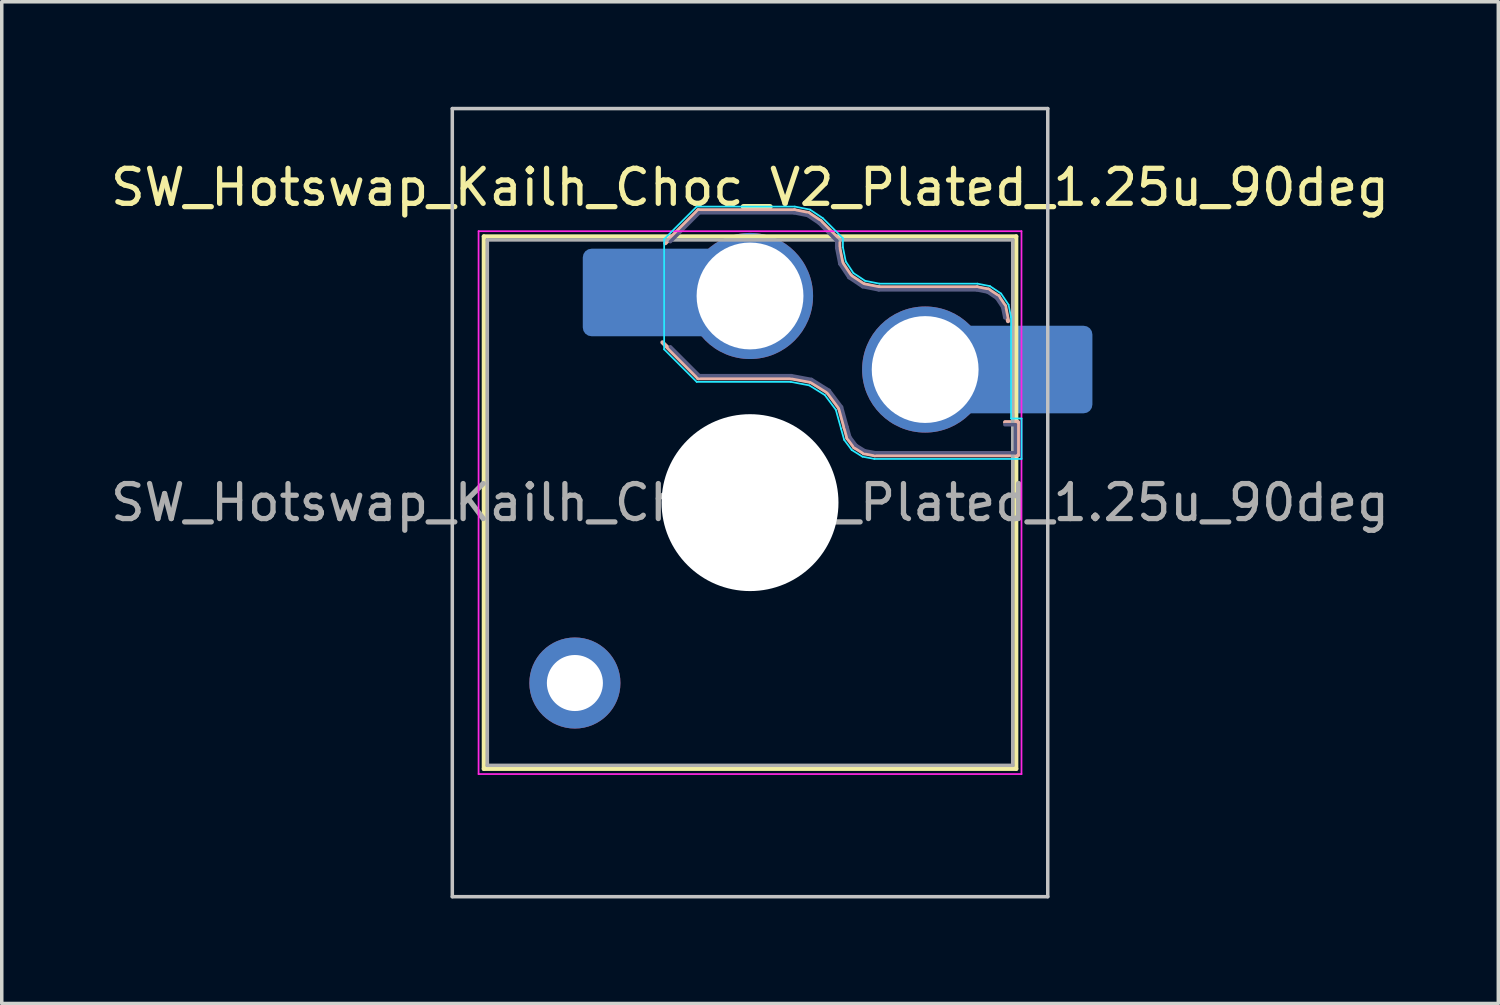
<source format=kicad_pcb>
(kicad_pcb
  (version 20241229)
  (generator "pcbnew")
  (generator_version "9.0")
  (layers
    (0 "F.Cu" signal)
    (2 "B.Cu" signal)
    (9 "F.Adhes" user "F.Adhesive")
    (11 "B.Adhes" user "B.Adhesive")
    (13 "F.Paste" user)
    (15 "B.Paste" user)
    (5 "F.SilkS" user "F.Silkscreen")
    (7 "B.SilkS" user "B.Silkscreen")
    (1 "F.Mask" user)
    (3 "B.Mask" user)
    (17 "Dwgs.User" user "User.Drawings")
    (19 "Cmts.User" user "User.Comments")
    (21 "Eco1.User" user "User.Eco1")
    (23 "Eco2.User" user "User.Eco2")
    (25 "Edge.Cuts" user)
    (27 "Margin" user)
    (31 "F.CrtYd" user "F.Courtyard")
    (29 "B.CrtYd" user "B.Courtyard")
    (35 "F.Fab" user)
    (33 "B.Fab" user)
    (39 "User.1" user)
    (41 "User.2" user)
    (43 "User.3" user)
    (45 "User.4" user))
  (footprint "SW_Hotswap_Kailh_Choc_V2_Plated_1.25u_90deg"
    (layer "F.Cu")
    (at 18.363 11.3)
    (property "Reference" "SW_Hotswap_Kailh_Choc_V2_Plated_1.25u_90deg" (at 0 -9 0) (layer "F.SilkS") (effects (font (size 1 1) (thickness 0.15))))
    (attr smd)
    (fp_line (start -7.6 -7.6) (end -7.6 7.6) (stroke (width 0.12) (type solid)) (layer "F.SilkS"))
    (fp_line (start -7.6 7.6) (end 7.6 7.6) (stroke (width 0.12) (type solid)) (layer "F.SilkS"))
    (fp_line (start 7.6 -7.6) (end -7.6 -7.6) (stroke (width 0.12) (type solid)) (layer "F.SilkS"))
    (fp_line (start 7.6 7.6) (end 7.6 -7.6) (stroke (width 0.12) (type solid)) (layer "F.SilkS"))
    (fp_line (start -2.416 -7.409) (end -1.479 -8.346) (stroke (width 0.12) (type solid)) (layer "B.SilkS"))
    (fp_line (start -1.479 -8.346) (end 1.268 -8.346) (stroke (width 0.12) (type solid)) (layer "B.SilkS"))
    (fp_line (start -1.479 -3.554) (end -2.5 -4.575) (stroke (width 0.12) (type solid)) (layer "B.SilkS"))
    (fp_line (start 1.168 -3.554) (end -1.479 -3.554) (stroke (width 0.12) (type solid)) (layer "B.SilkS"))
    (fp_line (start 1.268 -8.346) (end 1.671 -8.266) (stroke (width 0.12) (type solid)) (layer "B.SilkS"))
    (fp_line (start 1.671 -8.266) (end 2.013 -8.037) (stroke (width 0.12) (type solid)) (layer "B.SilkS"))
    (fp_line (start 1.73 -3.449) (end 1.168 -3.554) (stroke (width 0.12) (type solid)) (layer "B.SilkS"))
    (fp_line (start 2.013 -8.037) (end 2.546 -7.504) (stroke (width 0.12) (type solid)) (layer "B.SilkS"))
    (fp_line (start 2.209 -3.15) (end 1.73 -3.449) (stroke (width 0.12) (type solid)) (layer "B.SilkS"))
    (fp_line (start 2.546 -7.504) (end 2.546 -7.282) (stroke (width 0.12) (type solid)) (layer "B.SilkS"))
    (fp_line (start 2.546 -7.282) (end 2.633 -6.844) (stroke (width 0.12) (type solid)) (layer "B.SilkS"))
    (fp_line (start 2.547 -2.697) (end 2.209 -3.15) (stroke (width 0.12) (type solid)) (layer "B.SilkS"))
    (fp_line (start 2.633 -6.844) (end 2.877 -6.477) (stroke (width 0.12) (type solid)) (layer "B.SilkS"))
    (fp_line (start 2.701 -2.139) (end 2.547 -2.697) (stroke (width 0.12) (type solid)) (layer "B.SilkS"))
    (fp_line (start 2.783 -1.841) (end 2.701 -2.139) (stroke (width 0.12) (type solid)) (layer "B.SilkS"))
    (fp_line (start 2.877 -6.477) (end 3.244 -6.233) (stroke (width 0.12) (type solid)) (layer "B.SilkS"))
    (fp_line (start 2.976 -1.583) (end 2.783 -1.841) (stroke (width 0.12) (type solid)) (layer "B.SilkS"))
    (fp_line (start 3.244 -6.233) (end 3.682 -6.146) (stroke (width 0.12) (type solid)) (layer "B.SilkS"))
    (fp_line (start 3.25 -1.413) (end 2.976 -1.583) (stroke (width 0.12) (type solid)) (layer "B.SilkS"))
    (fp_line (start 3.56 -1.354) (end 3.25 -1.413) (stroke (width 0.12) (type solid)) (layer "B.SilkS"))
    (fp_line (start 3.682 -6.146) (end 6.482 -6.146) (stroke (width 0.12) (type solid)) (layer "B.SilkS"))
    (fp_line (start 6.482 -6.146) (end 6.809 -6.081) (stroke (width 0.12) (type solid)) (layer "B.SilkS"))
    (fp_line (start 6.809 -6.081) (end 7.092 -5.892) (stroke (width 0.12) (type solid)) (layer "B.SilkS"))
    (fp_line (start 7.092 -5.892) (end 7.281 -5.609) (stroke (width 0.12) (type solid)) (layer "B.SilkS"))
    (fp_line (start 7.281 -5.609) (end 7.366 -5.182) (stroke (width 0.12) (type solid)) (layer "B.SilkS"))
    (fp_line (start 7.283 -2.296) (end 7.646 -2.296) (stroke (width 0.12) (type solid)) (layer "B.SilkS"))
    (fp_line (start 7.646 -2.296) (end 7.646 -1.354) (stroke (width 0.12) (type solid)) (layer "B.SilkS"))
    (fp_line (start 7.646 -1.354) (end 3.56 -1.354) (stroke (width 0.12) (type solid)) (layer "B.SilkS"))
    (fp_line (start -8.5 -11.25) (end 8.5 -11.25) (stroke (width 0.1) (type solid)) (layer "Dwgs.User"))
    (fp_line (start -8.5 11.25) (end -8.5 -11.25) (stroke (width 0.1) (type solid)) (layer "Dwgs.User"))
    (fp_line (start 8.5 -11.25) (end 8.5 11.25) (stroke (width 0.1) (type solid)) (layer "Dwgs.User"))
    (fp_line (start 8.5 11.25) (end -8.5 11.25) (stroke (width 0.1) (type solid)) (layer "Dwgs.User"))
    (fp_line (start -7.25 -7.25) (end -7.25 7.25) (stroke (width 0.1) (type solid)) (layer "Eco1.User"))
    (fp_line (start -7.25 7.25) (end 7.25 7.25) (stroke (width 0.1) (type solid)) (layer "Eco1.User"))
    (fp_line (start 7.25 -7.25) (end -7.25 -7.25) (stroke (width 0.1) (type solid)) (layer "Eco1.User"))
    (fp_line (start 7.25 7.25) (end 7.25 -7.25) (stroke (width 0.1) (type solid)) (layer "Eco1.User"))
    (fp_line (start -2.452 -7.523) (end -1.523 -8.452) (stroke (width 0.05) (type solid)) (layer "B.CrtYd"))
    (fp_line (start -2.452 -4.377) (end -2.452 -7.523) (stroke (width 0.05) (type solid)) (layer "B.CrtYd"))
    (fp_line (start -1.523 -8.452) (end 1.278 -8.452) (stroke (width 0.05) (type solid)) (layer "B.CrtYd"))
    (fp_line (start -1.523 -3.448) (end -2.452 -4.377) (stroke (width 0.05) (type solid)) (layer "B.CrtYd"))
    (fp_line (start 1.159 -3.448) (end -1.523 -3.448) (stroke (width 0.05) (type solid)) (layer "B.CrtYd"))
    (fp_line (start 1.278 -8.452) (end 1.712 -8.366) (stroke (width 0.05) (type solid)) (layer "B.CrtYd"))
    (fp_line (start 1.691 -3.348) (end 1.159 -3.448) (stroke (width 0.05) (type solid)) (layer "B.CrtYd"))
    (fp_line (start 1.712 -8.366) (end 2.081 -8.119) (stroke (width 0.05) (type solid)) (layer "B.CrtYd"))
    (fp_line (start 2.081 -8.119) (end 2.652 -7.548) (stroke (width 0.05) (type solid)) (layer "B.CrtYd"))
    (fp_line (start 2.136 -3.071) (end 1.691 -3.348) (stroke (width 0.05) (type solid)) (layer "B.CrtYd"))
    (fp_line (start 2.45 -2.65) (end 2.136 -3.071) (stroke (width 0.05) (type solid)) (layer "B.CrtYd"))
    (fp_line (start 2.599 -2.111) (end 2.45 -2.65) (stroke (width 0.05) (type solid)) (layer "B.CrtYd"))
    (fp_line (start 2.652 -7.548) (end 2.652 -7.292) (stroke (width 0.05) (type solid)) (layer "B.CrtYd"))
    (fp_line (start 2.652 -7.292) (end 2.733 -6.885) (stroke (width 0.05) (type solid)) (layer "B.CrtYd"))
    (fp_line (start 2.687 -1.794) (end 2.599 -2.111) (stroke (width 0.05) (type solid)) (layer "B.CrtYd"))
    (fp_line (start 2.733 -6.885) (end 2.953 -6.553) (stroke (width 0.05) (type solid)) (layer "B.CrtYd"))
    (fp_line (start 2.903 -1.503) (end 2.687 -1.794) (stroke (width 0.05) (type solid)) (layer "B.CrtYd"))
    (fp_line (start 2.953 -6.553) (end 3.285 -6.333) (stroke (width 0.05) (type solid)) (layer "B.CrtYd"))
    (fp_line (start 3.211 -1.312) (end 2.903 -1.503) (stroke (width 0.05) (type solid)) (layer "B.CrtYd"))
    (fp_line (start 3.285 -6.333) (end 3.692 -6.252) (stroke (width 0.05) (type solid)) (layer "B.CrtYd"))
    (fp_line (start 3.55 -1.248) (end 3.211 -1.312) (stroke (width 0.05) (type solid)) (layer "B.CrtYd"))
    (fp_line (start 3.692 -6.252) (end 6.492 -6.252) (stroke (width 0.05) (type solid)) (layer "B.CrtYd"))
    (fp_line (start 6.492 -6.252) (end 6.85 -6.181) (stroke (width 0.05) (type solid)) (layer "B.CrtYd"))
    (fp_line (start 6.85 -6.181) (end 7.168 -5.968) (stroke (width 0.05) (type solid)) (layer "B.CrtYd"))
    (fp_line (start 7.168 -5.968) (end 7.381 -5.65) (stroke (width 0.05) (type solid)) (layer "B.CrtYd"))
    (fp_line (start 7.381 -5.65) (end 7.452 -5.292) (stroke (width 0.05) (type solid)) (layer "B.CrtYd"))
    (fp_line (start 7.452 -5.292) (end 7.452 -2.402) (stroke (width 0.05) (type solid)) (layer "B.CrtYd"))
    (fp_line (start 7.452 -2.402) (end 7.752 -2.402) (stroke (width 0.05) (type solid)) (layer "B.CrtYd"))
    (fp_line (start 7.752 -2.402) (end 7.752 -1.248) (stroke (width 0.05) (type solid)) (layer "B.CrtYd"))
    (fp_line (start 7.752 -1.248) (end 3.55 -1.248) (stroke (width 0.05) (type solid)) (layer "B.CrtYd"))
    (fp_line (start -7.75 -7.75) (end -7.75 7.75) (stroke (width 0.05) (type solid)) (layer "F.CrtYd"))
    (fp_line (start -7.75 7.75) (end 7.75 7.75) (stroke (width 0.05) (type solid)) (layer "F.CrtYd"))
    (fp_line (start 7.75 -7.75) (end -7.75 -7.75) (stroke (width 0.05) (type solid)) (layer "F.CrtYd"))
    (fp_line (start 7.75 7.75) (end 7.75 -7.75) (stroke (width 0.05) (type solid)) (layer "F.CrtYd"))
    (fp_line (start -2.275 -7.45) (end -1.45 -8.275) (stroke (width 0.1) (type solid)) (layer "B.Fab"))
    (fp_line (start -1.45 -8.275) (end 1.261 -8.275) (stroke (width 0.1) (type solid)) (layer "B.Fab"))
    (fp_line (start -1.45 -3.625) (end -2.275 -4.45) (stroke (width 0.1) (type solid)) (layer "B.Fab"))
    (fp_line (start 1.175 -3.625) (end -1.45 -3.625) (stroke (width 0.1) (type solid)) (layer "B.Fab"))
    (fp_line (start 1.261 -8.275) (end 1.643 -8.199) (stroke (width 0.1) (type solid)) (layer "B.Fab"))
    (fp_line (start 1.643 -8.199) (end 1.968 -7.982) (stroke (width 0.1) (type solid)) (layer "B.Fab"))
    (fp_line (start 1.756 -3.516) (end 1.175 -3.625) (stroke (width 0.1) (type solid)) (layer "B.Fab"))
    (fp_line (start 1.968 -7.982) (end 2.475 -7.475) (stroke (width 0.1) (type solid)) (layer "B.Fab"))
    (fp_line (start 2.258 -3.203) (end 1.756 -3.516) (stroke (width 0.1) (type solid)) (layer "B.Fab"))
    (fp_line (start 2.475 -7.475) (end 2.475 -7.275) (stroke (width 0.1) (type solid)) (layer "B.Fab"))
    (fp_line (start 2.475 -7.275) (end 2.566 -6.816) (stroke (width 0.1) (type solid)) (layer "B.Fab"))
    (fp_line (start 2.566 -6.816) (end 2.826 -6.426) (stroke (width 0.1) (type solid)) (layer "B.Fab"))
    (fp_line (start 2.612 -2.729) (end 2.258 -3.203) (stroke (width 0.1) (type solid)) (layer "B.Fab"))
    (fp_line (start 2.769 -2.158) (end 2.612 -2.729) (stroke (width 0.1) (type solid)) (layer "B.Fab"))
    (fp_line (start 2.826 -6.426) (end 3.216 -6.166) (stroke (width 0.1) (type solid)) (layer "B.Fab"))
    (fp_line (start 2.848 -1.873) (end 2.769 -2.158) (stroke (width 0.1) (type solid)) (layer "B.Fab"))
    (fp_line (start 3.025 -1.636) (end 2.848 -1.873) (stroke (width 0.1) (type solid)) (layer "B.Fab"))
    (fp_line (start 3.216 -6.166) (end 3.675 -6.075) (stroke (width 0.1) (type solid)) (layer "B.Fab"))
    (fp_line (start 3.276 -1.48) (end 3.025 -1.636) (stroke (width 0.1) (type solid)) (layer "B.Fab"))
    (fp_line (start 3.567 -1.425) (end 3.276 -1.48) (stroke (width 0.1) (type solid)) (layer "B.Fab"))
    (fp_line (start 3.675 -6.075) (end 6.475 -6.075) (stroke (width 0.1) (type solid)) (layer "B.Fab"))
    (fp_line (start 6.475 -6.075) (end 6.781 -6.014) (stroke (width 0.1) (type solid)) (layer "B.Fab"))
    (fp_line (start 6.781 -6.014) (end 7.041 -5.841) (stroke (width 0.1) (type solid)) (layer "B.Fab"))
    (fp_line (start 7.041 -5.841) (end 7.214 -5.581) (stroke (width 0.1) (type solid)) (layer "B.Fab"))
    (fp_line (start 7.214 -5.581) (end 7.275 -5.275) (stroke (width 0.1) (type solid)) (layer "B.Fab"))
    (fp_line (start 7.275 -2.225) (end 7.575 -2.225) (stroke (width 0.1) (type solid)) (layer "B.Fab"))
    (fp_line (start 7.575 -2.225) (end 7.575 -1.425) (stroke (width 0.1) (type solid)) (layer "B.Fab"))
    (fp_line (start 7.575 -1.425) (end 3.567 -1.425) (stroke (width 0.1) (type solid)) (layer "B.Fab"))
    (fp_line (start -7.5 -7.5) (end -7.5 7.5) (stroke (width 0.1) (type solid)) (layer "F.Fab"))
    (fp_line (start -7.5 7.5) (end 7.5 7.5) (stroke (width 0.1) (type solid)) (layer "F.Fab"))
    (fp_line (start 7.5 -7.5) (end -7.5 -7.5) (stroke (width 0.1) (type solid)) (layer "F.Fab"))
    (fp_line (start 7.5 7.5) (end 7.5 -7.5) (stroke (width 0.1) (type solid)) (layer "F.Fab"))
    (fp_text user "${REFERENCE}" (at 0 0 0) (layer "F.Fab") (effects (font (size 1 1) (thickness 0.15))))
    (pad "" thru_hole circle (at -5 5.15) (size 2.6 2.6) (drill 1.6) (layers "*.Cu" "*.Mask"))
    (pad "" smd roundrect (at -3.5 -6) (size 2.55 2.5) (layers "B.Mask" "B.Paste") (roundrect_rratio 0.1))
    (pad "" np_thru_hole circle (at 0 0) (size 5.05 5.05) (drill 5.05) (layers "*.Cu" "*.Mask"))
    (pad "" smd roundrect (at 8.5 -3.8) (size 2.55 2.5) (layers "B.Mask" "B.Paste") (roundrect_rratio 0.1))
    (pad "1" smd roundrect (at -2.85 -6) (size 3.85 2.5) (layers "B.Cu") (roundrect_rratio 0.1))
    (pad "1" thru_hole circle (at 0 -5.9) (size 3.6 3.6) (drill 3.05) (layers "*.Cu" "*.Mask"))
    (pad "2" thru_hole circle (at 5 -3.8) (size 3.6 3.6) (drill 3.05) (layers "*.Cu" "*.Mask"))
    (pad "2" smd roundrect (at 7.85 -3.8) (size 3.85 2.5) (layers "B.Cu") (roundrect_rratio 0.1)))
  (gr_rect
    (start -3 -3)
    (end 39.726 25.6)
    (stroke (width 0.1) (type default))
    (fill no)
    (layer "Edge.Cuts")))
</source>
